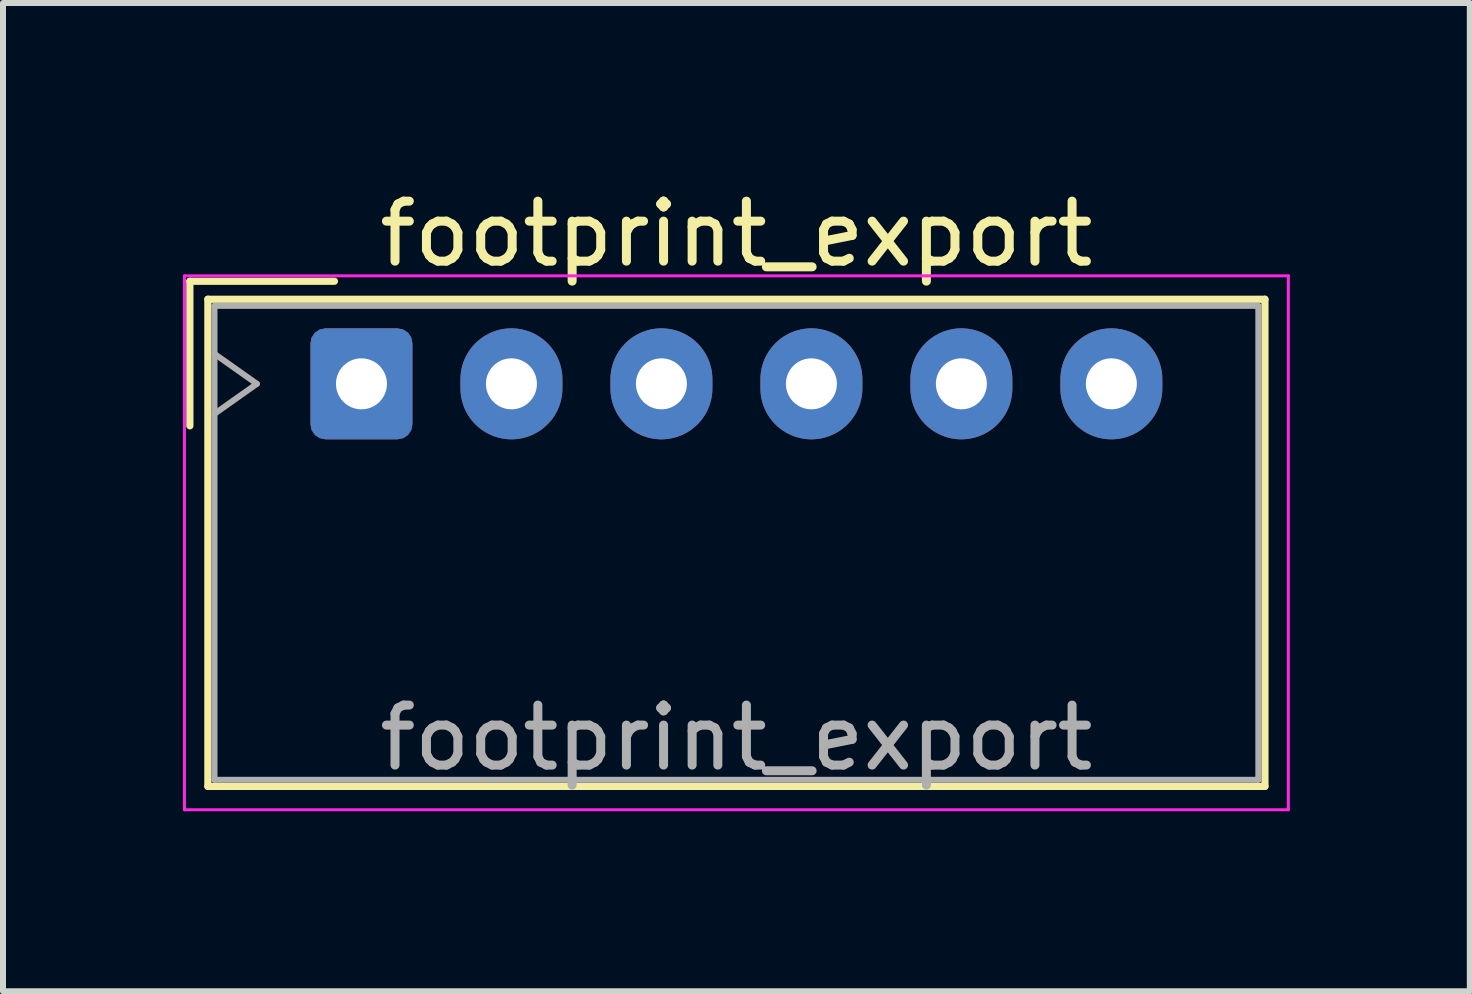
<source format=kicad_pcb>
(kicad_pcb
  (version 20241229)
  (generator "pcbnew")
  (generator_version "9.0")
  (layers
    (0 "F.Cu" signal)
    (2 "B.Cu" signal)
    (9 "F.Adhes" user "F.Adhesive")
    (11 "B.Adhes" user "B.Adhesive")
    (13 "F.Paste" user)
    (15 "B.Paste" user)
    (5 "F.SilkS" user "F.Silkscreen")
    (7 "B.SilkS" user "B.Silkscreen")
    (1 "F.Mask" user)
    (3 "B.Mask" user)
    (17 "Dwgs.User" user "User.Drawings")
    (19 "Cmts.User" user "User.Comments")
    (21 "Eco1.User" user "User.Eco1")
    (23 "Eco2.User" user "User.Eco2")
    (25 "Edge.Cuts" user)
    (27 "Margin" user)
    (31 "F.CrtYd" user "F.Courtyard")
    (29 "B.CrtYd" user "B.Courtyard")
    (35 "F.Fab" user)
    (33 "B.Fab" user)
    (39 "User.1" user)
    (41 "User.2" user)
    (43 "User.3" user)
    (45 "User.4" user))
  (footprint "footprint_export"
    (layer "F.Cu")
    (at 2.975 3.348)
    (property "Reference" "footprint_export" (at 6.25 -2.5 0) (layer "F.SilkS") (effects (font (size 1 1) (thickness 0.15))))
    (attr through_hole)
    (fp_line (start -2.86 -1.71) (end -0.45 -1.71) (stroke (width 0.12) (type solid)) (layer "F.SilkS"))
    (fp_line (start -2.86 0.7) (end -2.86 -1.71) (stroke (width 0.12) (type solid)) (layer "F.SilkS"))
    (fp_line (start -2.56 -1.41) (end -2.56 6.71) (stroke (width 0.12) (type solid)) (layer "F.SilkS"))
    (fp_line (start -2.56 6.71) (end 15.06 6.71) (stroke (width 0.12) (type solid)) (layer "F.SilkS"))
    (fp_line (start 15.06 -1.41) (end -2.56 -1.41) (stroke (width 0.12) (type solid)) (layer "F.SilkS"))
    (fp_line (start 15.06 6.71) (end 15.06 -1.41) (stroke (width 0.12) (type solid)) (layer "F.SilkS"))
    (fp_line (start -2.95 -1.8) (end -2.95 7.1) (stroke (width 0.05) (type solid)) (layer "F.CrtYd"))
    (fp_line (start -2.95 7.1) (end 15.45 7.1) (stroke (width 0.05) (type solid)) (layer "F.CrtYd"))
    (fp_line (start 15.45 -1.8) (end -2.95 -1.8) (stroke (width 0.05) (type solid)) (layer "F.CrtYd"))
    (fp_line (start 15.45 7.1) (end 15.45 -1.8) (stroke (width 0.05) (type solid)) (layer "F.CrtYd"))
    (fp_line (start -2.45 -1.3) (end -2.45 6.6) (stroke (width 0.1) (type solid)) (layer "F.Fab"))
    (fp_line (start -2.45 0.5) (end -1.743 0) (stroke (width 0.1) (type solid)) (layer "F.Fab"))
    (fp_line (start -2.45 6.6) (end 14.95 6.6) (stroke (width 0.1) (type solid)) (layer "F.Fab"))
    (fp_line (start -1.743 0) (end -2.45 -0.5) (stroke (width 0.1) (type solid)) (layer "F.Fab"))
    (fp_line (start 14.95 -1.3) (end -2.45 -1.3) (stroke (width 0.1) (type solid)) (layer "F.Fab"))
    (fp_line (start 14.95 6.6) (end 14.95 -1.3) (stroke (width 0.1) (type solid)) (layer "F.Fab"))
    (fp_text user "${REFERENCE}" (at 6.25 5.9 0) (layer "F.Fab") (effects (font (size 1 1) (thickness 0.15))))
    (pad "1" thru_hole roundrect (at 0 0) (size 1.7 1.85) (drill 0.85) (layers "*.Cu" "*.Mask") (roundrect_rratio 0.147))
    (pad "2" thru_hole oval (at 2.5 0) (size 1.7 1.85) (drill 0.85) (layers "*.Cu" "*.Mask"))
    (pad "3" thru_hole oval (at 5 0) (size 1.7 1.85) (drill 0.85) (layers "*.Cu" "*.Mask"))
    (pad "4" thru_hole oval (at 7.5 0) (size 1.7 1.85) (drill 0.85) (layers "*.Cu" "*.Mask"))
    (pad "5" thru_hole oval (at 10 0) (size 1.7 1.85) (drill 0.85) (layers "*.Cu" "*.Mask"))
    (pad "6" thru_hole oval (at 12.5 0) (size 1.7 1.85) (drill 0.85) (layers "*.Cu" "*.Mask")))
  (gr_rect
    (start -3 -3)
    (end 21.45 13.473)
    (stroke (width 0.1) (type default))
    (fill no)
    (layer "Edge.Cuts")))
</source>
